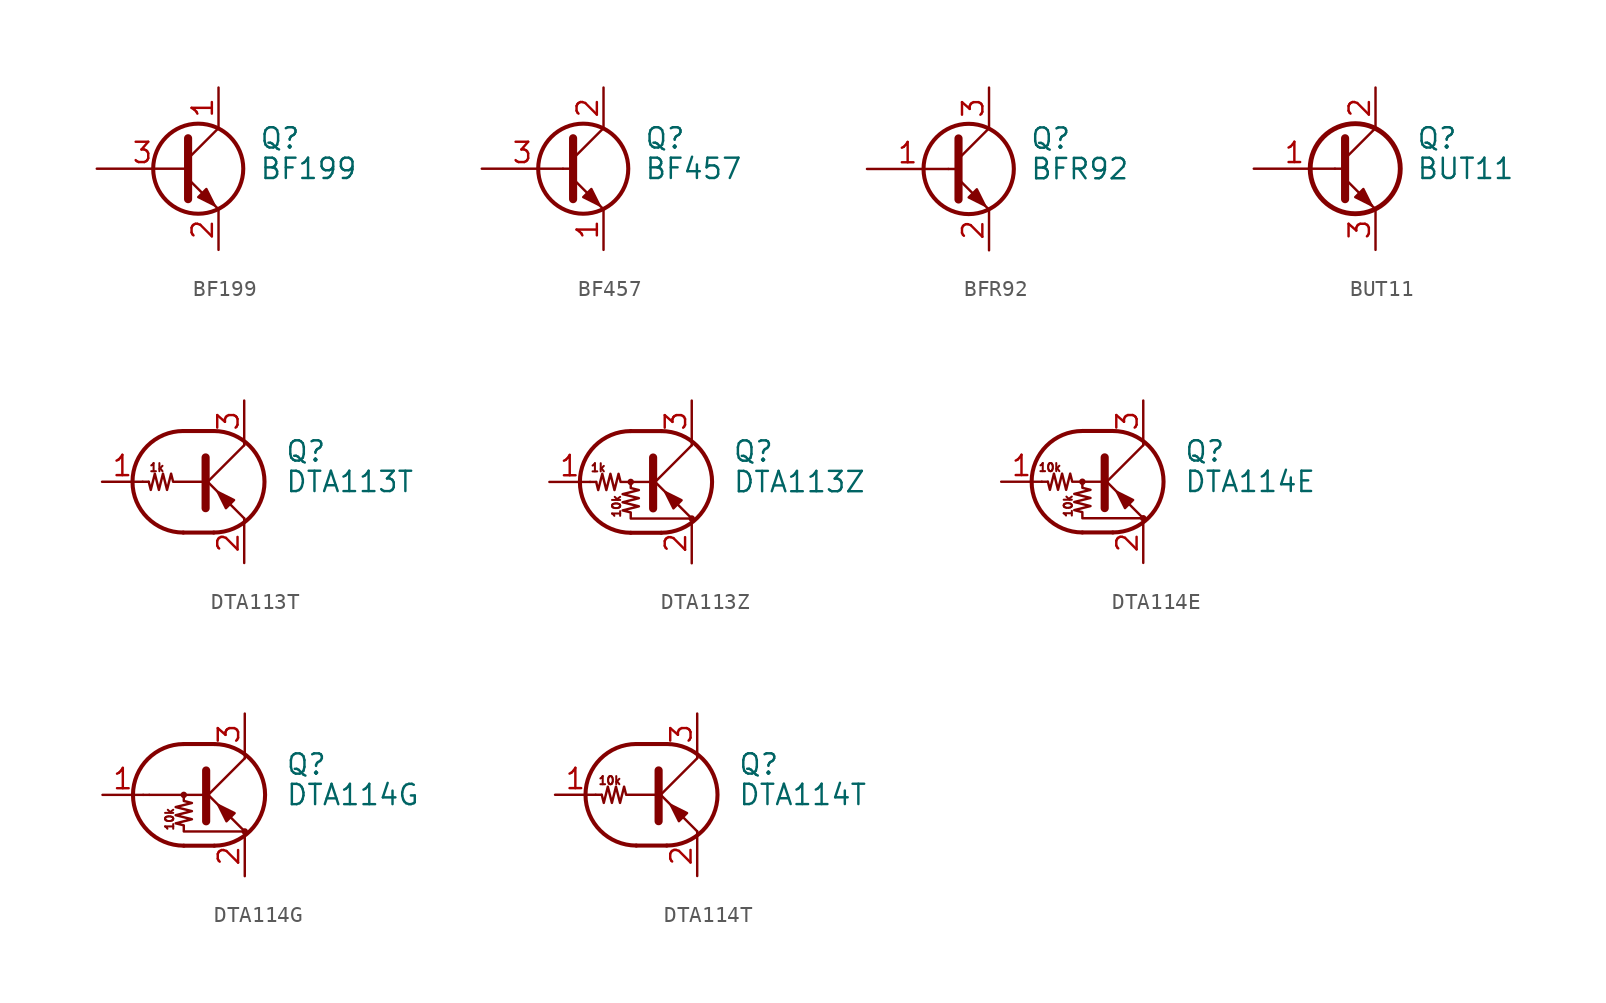
<source format=kicad_sym>
(kicad_symbol_lib
  (version 20201005)
  (generator kicad_symbol_editor)
  (symbol "BF199"
    (pin_names
      (offset 0) hide)
    (property "Reference" "Q"
      (at 5.08 1.905 0)
      (effects (font (size 1.27 1.27)) (justify left)))
    (property "Value" "BF199"
      (at 5.08 0 0)
      (effects (font (size 1.27 1.27)) (justify left)))
    (symbol "BF199_0_1"
      (circle (center 1.27 0) (radius 2.819) (stroke (width 0.254)) (fill (type none)))
      (polyline (pts (xy 0.635 0.635) (xy 2.54 2.54)) (stroke (width 0)) (fill (type none)))
      (polyline (pts (xy 0.635 -0.635) (xy 2.54 -2.54) (xy 2.54 -2.54)) (stroke (width 0)) (fill (type none)))
      (polyline (pts (xy 0.635 1.905) (xy 0.635 -1.905) (xy 0.635 -1.905)) (stroke (width 0.508)) (fill (type none)))
      (polyline (pts (xy 1.27 -1.778) (xy 1.778 -1.27) (xy 2.286 -2.286) (xy 1.27 -1.778) (xy 1.27 -1.778)) (stroke (width 0)) (fill (type outline))))
    (symbol "BF199_1_1"
      (pin passive line (at 2.54 5.08 270) (length 2.54) (name "C" (effects (font (size 1.27 1.27)))) (number "1" (effects (font (size 1.27 1.27)))))
      (pin passive line (at 2.54 -5.08 90) (length 2.54) (name "E" (effects (font (size 1.27 1.27)))) (number "2" (effects (font (size 1.27 1.27)))))
      (pin input line (at -5.08 0 0) (length 5.715) (name "B" (effects (font (size 1.27 1.27)))) (number "3" (effects (font (size 1.27 1.27)))))))
  (symbol "BF457"
    (pin_names
      (offset 0) hide)
    (property "Reference" "Q"
      (at 5.08 1.905 0)
      (effects (font (size 1.27 1.27)) (justify left)))
    (property "Value" "BF457"
      (at 5.08 0 0)
      (effects (font (size 1.27 1.27)) (justify left)))
    (symbol "BF457_0_1"
      (circle (center 1.27 0) (radius 2.819) (stroke (width 0.254)) (fill (type none)))
      (polyline (pts (xy 0 0) (xy 0.635 0)) (stroke (width 0)) (fill (type none)))
      (polyline (pts (xy 0.635 0.635) (xy 2.54 2.54)) (stroke (width 0)) (fill (type none)))
      (polyline (pts (xy 0.635 -0.635) (xy 2.54 -2.54) (xy 2.54 -2.54)) (stroke (width 0)) (fill (type none)))
      (polyline (pts (xy 0.635 1.905) (xy 0.635 -1.905) (xy 0.635 -1.905)) (stroke (width 0.508)) (fill (type none)))
      (polyline (pts (xy 1.27 -1.778) (xy 1.778 -1.27) (xy 2.286 -2.286) (xy 1.27 -1.778) (xy 1.27 -1.778)) (stroke (width 0)) (fill (type outline))))
    (symbol "BF457_1_1"
      (pin passive line (at 2.54 -5.08 90) (length 2.54) (name "E" (effects (font (size 1.27 1.27)))) (number "1" (effects (font (size 1.27 1.27)))))
      (pin passive line (at 2.54 5.08 270) (length 2.54) (name "C" (effects (font (size 1.27 1.27)))) (number "2" (effects (font (size 1.27 1.27)))))
      (pin input line (at -5.08 0 0) (length 5.08) (name "B" (effects (font (size 1.27 1.27)))) (number "3" (effects (font (size 1.27 1.27)))))))
  (symbol "BFR92"
    (pin_names
      (offset 0) hide)
    (property "Reference" "Q"
      (at 5.08 1.905 0)
      (effects (font (size 1.27 1.27)) (justify left)))
    (property "Value" "BFR92"
      (at 5.08 0 0)
      (effects (font (size 1.27 1.27)) (justify left)))
    (symbol "BFR92_0_1"
      (circle (center 1.27 0) (radius 2.819) (stroke (width 0.254)) (fill (type none)))
      (polyline (pts (xy 0 0) (xy 0.635 0)) (stroke (width 0)) (fill (type none)))
      (polyline (pts (xy 0.635 0.635) (xy 2.54 2.54)) (stroke (width 0)) (fill (type none)))
      (polyline (pts (xy 2.54 -2.54) (xy 0.635 -0.635)) (stroke (width 0)) (fill (type none)))
      (polyline (pts (xy 0.635 1.905) (xy 0.635 0) (xy 0.635 -1.905) (xy 0.635 -1.905)) (stroke (width 0.508)) (fill (type none)))
      (polyline (pts (xy 2.286 -2.286) (xy 1.778 -1.27) (xy 1.27 -1.778) (xy 2.286 -2.286) (xy 2.286 -2.286)) (stroke (width 0)) (fill (type outline))))
    (symbol "BFR92_1_1"
      (pin input line (at -5.08 0 0) (length 5.08) (name "B" (effects (font (size 1.27 1.27)))) (number "1" (effects (font (size 1.27 1.27)))))
      (pin passive line (at 2.54 -5.08 90) (length 2.54) (name "E" (effects (font (size 1.27 1.27)))) (number "2" (effects (font (size 1.27 1.27)))))
      (pin passive line (at 2.54 5.08 270) (length 2.54) (name "C" (effects (font (size 1.27 1.27)))) (number "3" (effects (font (size 1.27 1.27)))))))
  (symbol "BUT11"
    (pin_names
      (offset 0) hide)
    (property "Reference" "Q"
      (at 5.08 1.905 0)
      (effects (font (size 1.27 1.27)) (justify left)))
    (property "Value" "BUT11"
      (at 5.08 0 0)
      (effects (font (size 1.27 1.27)) (justify left)))
    (symbol "BUT11_0_1"
      (circle (center 1.27 0) (radius 2.819) (stroke (width 0.305)) (fill (type none)))
      (polyline (pts (xy 0 0) (xy 0.635 0)) (stroke (width 0)) (fill (type none)))
      (polyline (pts (xy 2.54 -2.54) (xy 0.635 -0.635)) (stroke (width 0)) (fill (type none)))
      (polyline (pts (xy 2.54 2.54) (xy 0.635 0.635)) (stroke (width 0)) (fill (type none)))
      (polyline (pts (xy 0.635 1.905) (xy 0.635 -1.905) (xy 0.635 -1.905)) (stroke (width 0.508)) (fill (type none)))
      (polyline (pts (xy 2.286 -2.286) (xy 1.778 -1.778) (xy 1.778 -1.778)) (stroke (width 0)) (fill (type none)))
      (polyline (pts (xy 1.27 -1.778) (xy 1.778 -1.27) (xy 2.286 -2.286) (xy 1.27 -1.778) (xy 1.27 -1.778)) (stroke (width 0)) (fill (type outline))))
    (symbol "BUT11_1_1"
      (pin input line (at -5.08 0 0) (length 5.08) (name "B" (effects (font (size 1.27 1.27)))) (number "1" (effects (font (size 1.27 1.27)))))
      (pin passive line (at 2.54 5.08 270) (length 2.54) (name "C" (effects (font (size 1.27 1.27)))) (number "2" (effects (font (size 1.27 1.27)))))
      (pin passive line (at 2.54 -5.08 90) (length 2.54) (name "E" (effects (font (size 1.27 1.27)))) (number "3" (effects (font (size 1.27 1.27)))))))
  (symbol "DTA113T"
    (pin_names
      (offset 0) hide)
    (property "Reference" "Q"
      (at 5.08 1.905 0)
      (effects (font (size 1.27 1.27)) (justify left)))
    (property "Value" "DTA113T"
      (at 5.08 0 0)
      (effects (font (size 1.27 1.27)) (justify left)))
    (symbol "DTA113T_0_0"
      (text "1k" (at -2.921 0.889 0) (effects (font (size 0.508 0.508))))
      (polyline (pts (xy 2.54 -2.286) (xy 2.54 -2.54)) (stroke (width 0)) (fill (type none))))
    (symbol "DTA113T_0_1"
      (arc (start -1.27 3.175) (end -1.27 -3.175) (radius (at -1.27 0) (length 3.175) (angles 90.1 -90.1)) (stroke (width 0.254)) (fill (type none)))
      (arc (start 0.635 -3.175) (end 0.635 3.175) (radius (at 0.635 0) (length 3.175) (angles -89.9 89.9)) (stroke (width 0.254)) (fill (type none)))
      (polyline (pts (xy -3.429 0) (xy -3.81 0)) (stroke (width 0)) (fill (type none)))
      (polyline (pts (xy -1.27 -3.175) (xy 0.635 -3.175)) (stroke (width 0.254)) (fill (type none)))
      (polyline (pts (xy -1.27 3.175) (xy 0.635 3.175)) (stroke (width 0.254)) (fill (type none)))
      (polyline (pts (xy 0 -0.254) (xy 2.54 2.286)) (stroke (width 0)) (fill (type none)))
      (polyline (pts (xy 0.127 1.524) (xy 0.127 -1.651)) (stroke (width 0.508)) (fill (type outline)))
      (polyline (pts (xy 2.54 2.286) (xy 2.54 2.54)) (stroke (width 0)) (fill (type none)))
      (polyline (pts (xy 2.54 -2.286) (xy 0 0.254) (xy 0 0.254)) (stroke (width 0)) (fill (type none)))
      (polyline (pts (xy 1.397 -1.651) (xy 1.905 -1.143) (xy 0.889 -0.635) (xy 1.397 -1.651)) (stroke (width 0)) (fill (type outline)))
      (polyline (pts (xy 0 0) (xy -1.905 0) (xy -2.032 0.508) (xy -2.286 -0.508) (xy -2.54 0.508) (xy -2.794 -0.508) (xy -3.048 0.508) (xy -3.302 -0.508) (xy -3.429 0)) (stroke (width 0)) (fill (type none))))
    (symbol "DTA113T_1_1"
      (pin input line (at -6.35 0 0) (length 2.54) (name "B" (effects (font (size 1.27 1.27)))) (number "1" (effects (font (size 1.27 1.27)))))
      (pin passive line (at 2.54 -5.08 90) (length 2.54) (name "E" (effects (font (size 1.27 1.27)))) (number "2" (effects (font (size 1.27 1.27)))))
      (pin passive line (at 2.54 5.08 270) (length 2.54) (name "C" (effects (font (size 1.27 1.27)))) (number "3" (effects (font (size 1.27 1.27)))))))
  (symbol "DTA113Z"
    (pin_names
      (offset 0) hide)
    (property "Reference" "Q"
      (at 5.08 1.905 0)
      (effects (font (size 1.27 1.27)) (justify left)))
    (property "Value" "DTA113Z"
      (at 5.08 0 0)
      (effects (font (size 1.27 1.27)) (justify left)))
    (symbol "DTA113Z_0_0"
      (text "10k" (at -2.159 -1.524 900) (effects (font (size 0.508 0.508))))
      (text "1k" (at -3.302 0.889 0) (effects (font (size 0.508 0.508)))))
    (symbol "DTA113Z_0_1"
      (arc (start -1.27 3.175) (end -1.27 -3.175) (radius (at -1.27 0) (length 3.175) (angles 90.1 -90.1)) (stroke (width 0.254)) (fill (type none)))
      (arc (start 0.635 -3.175) (end 0.635 3.175) (radius (at 0.635 0) (length 3.175) (angles -89.9 89.9)) (stroke (width 0.254)) (fill (type none)))
      (circle (center -1.27 0) (radius 0.127) (stroke (width 0)) (fill (type none)))
      (circle (center 2.54 -2.286) (radius 0.127) (stroke (width 0)) (fill (type none)))
      (polyline (pts (xy -3.429 0) (xy -3.81 0)) (stroke (width 0)) (fill (type none)))
      (polyline (pts (xy -1.27 -3.175) (xy 0.635 -3.175)) (stroke (width 0.254)) (fill (type none)))
      (polyline (pts (xy -1.27 3.175) (xy 0.635 3.175)) (stroke (width 0.254)) (fill (type none)))
      (polyline (pts (xy 0 -0.254) (xy 2.54 2.286)) (stroke (width 0)) (fill (type none)))
      (polyline (pts (xy 0.127 1.524) (xy 0.127 -1.651)) (stroke (width 0.508)) (fill (type outline)))
      (polyline (pts (xy 2.54 2.286) (xy 2.54 2.54)) (stroke (width 0)) (fill (type none)))
      (polyline (pts (xy 2.54 -2.286) (xy 0 0.254) (xy 0 0.254)) (stroke (width 0)) (fill (type none)))
      (polyline (pts (xy 1.397 -1.651) (xy 1.905 -1.143) (xy 0.889 -0.635) (xy 1.397 -1.651)) (stroke (width 0)) (fill (type outline)))
      (polyline (pts (xy 0 0) (xy -1.905 0) (xy -2.032 0.508) (xy -2.286 -0.508) (xy -2.54 0.508) (xy -2.794 -0.508) (xy -3.048 0.508) (xy -3.302 -0.508) (xy -3.429 0)) (stroke (width 0)) (fill (type none)))
      (polyline (pts (xy -1.27 0) (xy -1.27 -0.381) (xy -0.762 -0.508) (xy -1.778 -0.762) (xy -0.762 -1.016) (xy -1.778 -1.27) (xy -0.762 -1.524) (xy -1.778 -1.778) (xy -1.27 -1.905) (xy -1.27 -2.286) (xy 2.54 -2.286)) (stroke (width 0)) (fill (type none))))
    (symbol "DTA113Z_1_1"
      (pin input line (at -6.35 0 0) (length 2.54) (name "B" (effects (font (size 1.27 1.27)))) (number "1" (effects (font (size 1.27 1.27)))))
      (pin passive line (at 2.54 -5.08 90) (length 2.54) (name "E" (effects (font (size 1.27 1.27)))) (number "2" (effects (font (size 1.27 1.27)))))
      (pin passive line (at 2.54 5.08 270) (length 2.54) (name "C" (effects (font (size 1.27 1.27)))) (number "3" (effects (font (size 1.27 1.27)))))))
  (symbol "DTA114E"
    (pin_names
      (offset 0) hide)
    (property "Reference" "Q"
      (at 5.08 1.905 0)
      (effects (font (size 1.27 1.27)) (justify left)))
    (property "Value" "DTA114E"
      (at 5.08 0 0)
      (effects (font (size 1.27 1.27)) (justify left)))
    (symbol "DTA114E_0_0"
      (text "10k" (at -3.302 0.889 0) (effects (font (size 0.508 0.508))))
      (text "10k" (at -2.159 -1.524 900) (effects (font (size 0.508 0.508)))))
    (symbol "DTA114E_0_1"
      (arc (start -1.27 3.175) (end -1.27 -3.175) (radius (at -1.27 0) (length 3.175) (angles 90.1 -90.1)) (stroke (width 0.254)) (fill (type none)))
      (arc (start 0.635 -3.175) (end 0.635 3.175) (radius (at 0.635 0) (length 3.175) (angles -89.9 89.9)) (stroke (width 0.254)) (fill (type none)))
      (circle (center -1.27 0) (radius 0.127) (stroke (width 0)) (fill (type none)))
      (circle (center 2.54 -2.286) (radius 0.127) (stroke (width 0)) (fill (type none)))
      (polyline (pts (xy -3.429 0) (xy -3.81 0)) (stroke (width 0)) (fill (type none)))
      (polyline (pts (xy -1.27 -3.175) (xy 0.635 -3.175)) (stroke (width 0.254)) (fill (type none)))
      (polyline (pts (xy -1.27 3.175) (xy 0.635 3.175)) (stroke (width 0.254)) (fill (type none)))
      (polyline (pts (xy 0 -0.254) (xy 2.54 2.286)) (stroke (width 0)) (fill (type none)))
      (polyline (pts (xy 0.127 1.524) (xy 0.127 -1.651)) (stroke (width 0.508)) (fill (type outline)))
      (polyline (pts (xy 2.54 2.286) (xy 2.54 2.54)) (stroke (width 0)) (fill (type none)))
      (polyline (pts (xy 2.54 -2.286) (xy 0 0.254) (xy 0 0.254)) (stroke (width 0)) (fill (type none)))
      (polyline (pts (xy 1.397 -1.651) (xy 1.905 -1.143) (xy 0.889 -0.635) (xy 1.397 -1.651)) (stroke (width 0)) (fill (type outline)))
      (polyline (pts (xy 0 0) (xy -1.905 0) (xy -2.032 0.508) (xy -2.286 -0.508) (xy -2.54 0.508) (xy -2.794 -0.508) (xy -3.048 0.508) (xy -3.302 -0.508) (xy -3.429 0)) (stroke (width 0)) (fill (type none)))
      (polyline (pts (xy -1.27 0) (xy -1.27 -0.381) (xy -0.762 -0.508) (xy -1.778 -0.762) (xy -0.762 -1.016) (xy -1.778 -1.27) (xy -0.762 -1.524) (xy -1.778 -1.778) (xy -1.27 -1.905) (xy -1.27 -2.286) (xy 2.54 -2.286)) (stroke (width 0)) (fill (type none))))
    (symbol "DTA114E_1_1"
      (pin input line (at -6.35 0 0) (length 2.54) (name "B" (effects (font (size 1.27 1.27)))) (number "1" (effects (font (size 1.27 1.27)))))
      (pin passive line (at 2.54 -5.08 90) (length 2.54) (name "E" (effects (font (size 1.27 1.27)))) (number "2" (effects (font (size 1.27 1.27)))))
      (pin passive line (at 2.54 5.08 270) (length 2.54) (name "C" (effects (font (size 1.27 1.27)))) (number "3" (effects (font (size 1.27 1.27)))))))
  (symbol "DTA114G"
    (pin_names
      (offset 0) hide)
    (property "Reference" "Q"
      (at 5.08 1.905 0)
      (effects (font (size 1.27 1.27)) (justify left)))
    (property "Value" "DTA114G"
      (at 5.08 0 0)
      (effects (font (size 1.27 1.27)) (justify left)))
    (symbol "DTA114G_0_0"
      (text "10k" (at -2.159 -1.524 900) (effects (font (size 0.508 0.508))))
      (polyline (pts (xy -3.429 0) (xy 0 0)) (stroke (width 0)) (fill (type none))))
    (symbol "DTA114G_0_1"
      (arc (start -1.27 3.175) (end -1.27 -3.175) (radius (at -1.27 0) (length 3.175) (angles 90.1 -90.1)) (stroke (width 0.254)) (fill (type none)))
      (arc (start 0.635 -3.175) (end 0.635 3.175) (radius (at 0.635 0) (length 3.175) (angles -89.9 89.9)) (stroke (width 0.254)) (fill (type none)))
      (circle (center -1.27 0) (radius 0.127) (stroke (width 0)) (fill (type none)))
      (circle (center 2.54 -2.286) (radius 0.127) (stroke (width 0)) (fill (type none)))
      (polyline (pts (xy -3.429 0) (xy -3.81 0)) (stroke (width 0)) (fill (type none)))
      (polyline (pts (xy -1.27 -3.175) (xy 0.635 -3.175)) (stroke (width 0.254)) (fill (type none)))
      (polyline (pts (xy -1.27 3.175) (xy 0.635 3.175)) (stroke (width 0.254)) (fill (type none)))
      (polyline (pts (xy 0 -0.254) (xy 2.54 2.286)) (stroke (width 0)) (fill (type none)))
      (polyline (pts (xy 0.127 1.524) (xy 0.127 -1.651)) (stroke (width 0.508)) (fill (type outline)))
      (polyline (pts (xy 2.54 2.286) (xy 2.54 2.54)) (stroke (width 0)) (fill (type none)))
      (polyline (pts (xy 2.54 -2.286) (xy 0 0.254) (xy 0 0.254)) (stroke (width 0)) (fill (type none)))
      (polyline (pts (xy 1.397 -1.651) (xy 1.905 -1.143) (xy 0.889 -0.635) (xy 1.397 -1.651)) (stroke (width 0)) (fill (type outline)))
      (polyline (pts (xy -1.27 0) (xy -1.27 -0.381) (xy -0.762 -0.508) (xy -1.778 -0.762) (xy -0.762 -1.016) (xy -1.778 -1.27) (xy -0.762 -1.524) (xy -1.778 -1.778) (xy -1.27 -1.905) (xy -1.27 -2.286) (xy 2.54 -2.286)) (stroke (width 0)) (fill (type none))))
    (symbol "DTA114G_1_1"
      (pin input line (at -6.35 0 0) (length 2.54) (name "B" (effects (font (size 1.27 1.27)))) (number "1" (effects (font (size 1.27 1.27)))))
      (pin passive line (at 2.54 -5.08 90) (length 2.54) (name "E" (effects (font (size 1.27 1.27)))) (number "2" (effects (font (size 1.27 1.27)))))
      (pin passive line (at 2.54 5.08 270) (length 2.54) (name "C" (effects (font (size 1.27 1.27)))) (number "3" (effects (font (size 1.27 1.27)))))))
  (symbol "DTA114T"
    (pin_names
      (offset 0) hide)
    (property "Reference" "Q"
      (at 5.08 1.905 0)
      (effects (font (size 1.27 1.27)) (justify left)))
    (property "Value" "DTA114T"
      (at 5.08 0 0)
      (effects (font (size 1.27 1.27)) (justify left)))
    (symbol "DTA114T_0_0"
      (text "10k" (at -2.921 0.889 0) (effects (font (size 0.508 0.508))))
      (polyline (pts (xy 2.54 -2.286) (xy 2.54 -2.54)) (stroke (width 0)) (fill (type none))))
    (symbol "DTA114T_0_1"
      (arc (start -1.27 3.175) (end -1.27 -3.175) (radius (at -1.27 0) (length 3.175) (angles 90.1 -90.1)) (stroke (width 0.254)) (fill (type none)))
      (arc (start 0.635 -3.175) (end 0.635 3.175) (radius (at 0.635 0) (length 3.175) (angles -89.9 89.9)) (stroke (width 0.254)) (fill (type none)))
      (polyline (pts (xy -3.429 0) (xy -3.81 0)) (stroke (width 0)) (fill (type none)))
      (polyline (pts (xy -1.27 -3.175) (xy 0.635 -3.175)) (stroke (width 0.254)) (fill (type none)))
      (polyline (pts (xy -1.27 3.175) (xy 0.635 3.175)) (stroke (width 0.254)) (fill (type none)))
      (polyline (pts (xy 0 -0.254) (xy 2.54 2.286)) (stroke (width 0)) (fill (type none)))
      (polyline (pts (xy 0.127 1.524) (xy 0.127 -1.651)) (stroke (width 0.508)) (fill (type outline)))
      (polyline (pts (xy 2.54 2.286) (xy 2.54 2.54)) (stroke (width 0)) (fill (type none)))
      (polyline (pts (xy 2.54 -2.286) (xy 0 0.254) (xy 0 0.254)) (stroke (width 0)) (fill (type none)))
      (polyline (pts (xy 1.397 -1.651) (xy 1.905 -1.143) (xy 0.889 -0.635) (xy 1.397 -1.651)) (stroke (width 0)) (fill (type outline)))
      (polyline (pts (xy 0 0) (xy -1.905 0) (xy -2.032 0.508) (xy -2.286 -0.508) (xy -2.54 0.508) (xy -2.794 -0.508) (xy -3.048 0.508) (xy -3.302 -0.508) (xy -3.429 0)) (stroke (width 0)) (fill (type none))))
    (symbol "DTA114T_1_1"
      (pin input line (at -6.35 0 0) (length 2.54) (name "B" (effects (font (size 1.27 1.27)))) (number "1" (effects (font (size 1.27 1.27)))))
      (pin passive line (at 2.54 -5.08 90) (length 2.54) (name "E" (effects (font (size 1.27 1.27)))) (number "2" (effects (font (size 1.27 1.27)))))
      (pin passive line (at 2.54 5.08 270) (length 2.54) (name "C" (effects (font (size 1.27 1.27)))) (number "3" (effects (font (size 1.27 1.27))))))))
</source>
